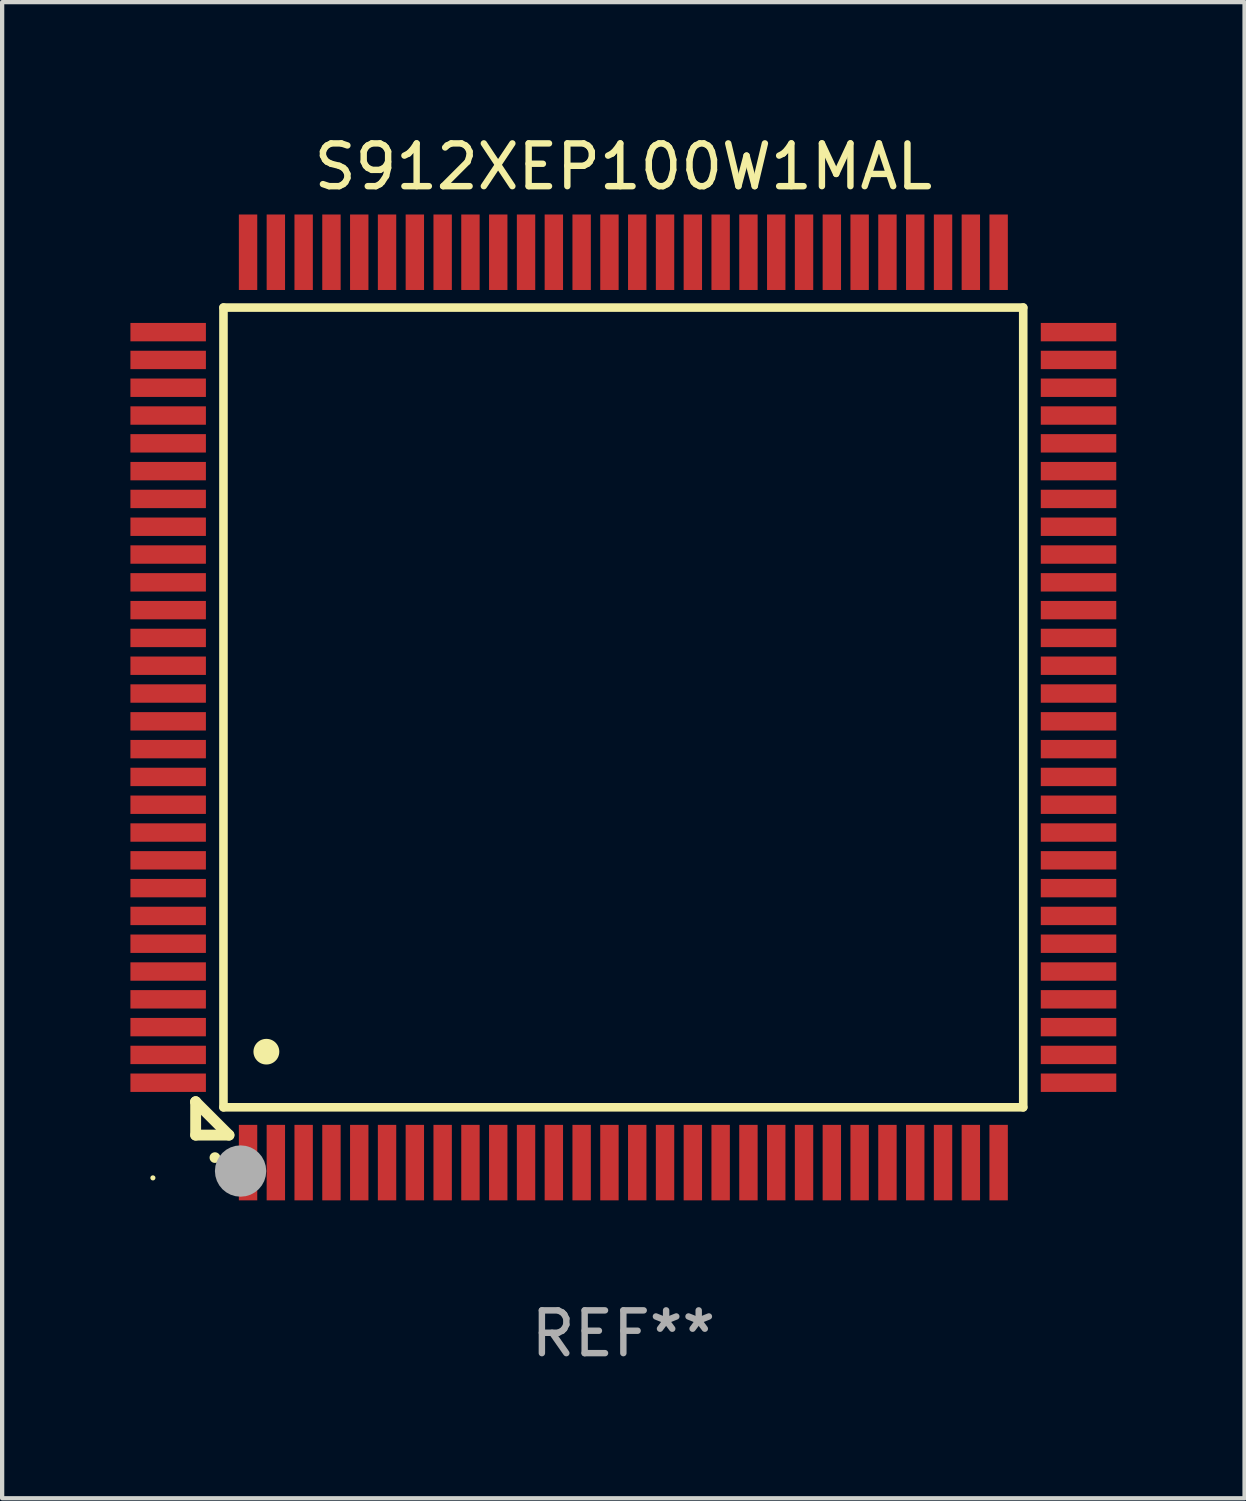
<source format=kicad_pcb>
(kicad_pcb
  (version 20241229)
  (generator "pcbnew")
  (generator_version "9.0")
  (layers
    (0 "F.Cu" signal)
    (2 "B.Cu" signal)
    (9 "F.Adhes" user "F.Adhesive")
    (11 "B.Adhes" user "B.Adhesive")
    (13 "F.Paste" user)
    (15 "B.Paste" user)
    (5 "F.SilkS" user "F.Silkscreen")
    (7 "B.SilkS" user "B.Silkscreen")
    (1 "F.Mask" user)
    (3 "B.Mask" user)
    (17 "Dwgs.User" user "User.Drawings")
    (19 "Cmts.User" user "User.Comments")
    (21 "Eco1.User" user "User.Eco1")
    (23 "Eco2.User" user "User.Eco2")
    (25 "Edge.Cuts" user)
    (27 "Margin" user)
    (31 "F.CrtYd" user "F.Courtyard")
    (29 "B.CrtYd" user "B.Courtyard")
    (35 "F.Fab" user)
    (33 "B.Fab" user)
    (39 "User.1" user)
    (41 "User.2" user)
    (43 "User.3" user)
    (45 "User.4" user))
  (footprint "S912XEP100W1MAL"
    (layer "F.Cu")
    (at 11.525 13.491)
    (property "Reference" "S912XEP100W1MAL" (at 0 -12.643 0) (layer "F.SilkS") (effects (font (size 1 1) (thickness 0.15))))
    (attr through_hole)
    (fp_line (start -10 9.221) (end -10 9.221) (stroke (width 0.254) (type solid)) (layer "F.SilkS"))
    (fp_line (start -10 9.221) (end -10 10) (stroke (width 0.254) (type solid)) (layer "F.SilkS"))
    (fp_line (start -10 9.221) (end -9.221 10) (stroke (width 0.254) (type solid)) (layer "F.SilkS"))
    (fp_line (start -10 10) (end -9.221 10) (stroke (width 0.254) (type solid)) (layer "F.SilkS"))
    (fp_line (start -9.35 -9.35) (end -9.35 9.35) (stroke (width 0.201) (type solid)) (layer "F.SilkS"))
    (fp_line (start -9.35 9.35) (end 9.35 9.35) (stroke (width 0.201) (type solid)) (layer "F.SilkS"))
    (fp_line (start 9.35 -9.35) (end -9.35 -9.35) (stroke (width 0.201) (type solid)) (layer "F.SilkS"))
    (fp_line (start 9.35 9.35) (end 9.35 -9.35) (stroke (width 0.201) (type solid)) (layer "F.SilkS"))
    (fp_arc (start -9.550546 10.525832) (mid -9.549276 10.525826) (end -9.548006 10.525832) (stroke (width 0.24892) (type solid)) (layer "F.SilkS"))
    (fp_arc (start -8.349124 8.049327) (mid -8.346584 8.049316) (end -8.344044 8.049327) (stroke (width 0.599441) (type solid)) (layer "F.SilkS"))
    (fp_circle (center -11 11) (end -10.97 11) (stroke (width 0.06) (type solid)) (fill no) (layer "F.SilkS"))
    (fp_circle (center -8.95 10.84) (end -8.65 10.84) (stroke (width 0.6) (type solid)) (fill no) (layer "F.Fab"))
    (fp_text user "REF**" (at 0 14.643 0) (layer "F.Fab") (effects (font (size 1 1) (thickness 0.15))))
    (pad "1" smd rect (at -8.775 10.643) (size 0.43 1.765) (layers "F.Cu" "F.Mask" "F.Paste"))
    (pad "2" smd rect (at -8.125 10.643) (size 0.43 1.765) (layers "F.Cu" "F.Mask" "F.Paste"))
    (pad "3" smd rect (at -7.475 10.643) (size 0.43 1.765) (layers "F.Cu" "F.Mask" "F.Paste"))
    (pad "4" smd rect (at -6.825 10.643) (size 0.43 1.765) (layers "F.Cu" "F.Mask" "F.Paste"))
    (pad "5" smd rect (at -6.175 10.643) (size 0.43 1.765) (layers "F.Cu" "F.Mask" "F.Paste"))
    (pad "6" smd rect (at -5.525 10.643) (size 0.43 1.765) (layers "F.Cu" "F.Mask" "F.Paste"))
    (pad "7" smd rect (at -4.875 10.643) (size 0.43 1.765) (layers "F.Cu" "F.Mask" "F.Paste"))
    (pad "8" smd rect (at -4.225 10.643) (size 0.43 1.765) (layers "F.Cu" "F.Mask" "F.Paste"))
    (pad "9" smd rect (at -3.575 10.643) (size 0.43 1.765) (layers "F.Cu" "F.Mask" "F.Paste"))
    (pad "10" smd rect (at -2.925 10.643) (size 0.43 1.765) (layers "F.Cu" "F.Mask" "F.Paste"))
    (pad "11" smd rect (at -2.275 10.643) (size 0.43 1.765) (layers "F.Cu" "F.Mask" "F.Paste"))
    (pad "12" smd rect (at -1.625 10.643) (size 0.43 1.765) (layers "F.Cu" "F.Mask" "F.Paste"))
    (pad "13" smd rect (at -0.975 10.643) (size 0.43 1.765) (layers "F.Cu" "F.Mask" "F.Paste"))
    (pad "14" smd rect (at -0.325 10.643) (size 0.43 1.765) (layers "F.Cu" "F.Mask" "F.Paste"))
    (pad "15" smd rect (at 0.325 10.643) (size 0.43 1.765) (layers "F.Cu" "F.Mask" "F.Paste"))
    (pad "16" smd rect (at 0.975 10.643) (size 0.43 1.765) (layers "F.Cu" "F.Mask" "F.Paste"))
    (pad "17" smd rect (at 1.625 10.643) (size 0.43 1.765) (layers "F.Cu" "F.Mask" "F.Paste"))
    (pad "18" smd rect (at 2.275 10.643) (size 0.43 1.765) (layers "F.Cu" "F.Mask" "F.Paste"))
    (pad "19" smd rect (at 2.925 10.643) (size 0.43 1.765) (layers "F.Cu" "F.Mask" "F.Paste"))
    (pad "20" smd rect (at 3.575 10.643) (size 0.43 1.765) (layers "F.Cu" "F.Mask" "F.Paste"))
    (pad "21" smd rect (at 4.225 10.643) (size 0.43 1.765) (layers "F.Cu" "F.Mask" "F.Paste"))
    (pad "22" smd rect (at 4.875 10.643) (size 0.43 1.765) (layers "F.Cu" "F.Mask" "F.Paste"))
    (pad "23" smd rect (at 5.525 10.643) (size 0.43 1.765) (layers "F.Cu" "F.Mask" "F.Paste"))
    (pad "24" smd rect (at 6.175 10.643) (size 0.43 1.765) (layers "F.Cu" "F.Mask" "F.Paste"))
    (pad "25" smd rect (at 6.825 10.643) (size 0.43 1.765) (layers "F.Cu" "F.Mask" "F.Paste"))
    (pad "26" smd rect (at 7.475 10.643) (size 0.43 1.765) (layers "F.Cu" "F.Mask" "F.Paste"))
    (pad "27" smd rect (at 8.125 10.643) (size 0.43 1.765) (layers "F.Cu" "F.Mask" "F.Paste"))
    (pad "28" smd rect (at 8.775 10.643) (size 0.43 1.765) (layers "F.Cu" "F.Mask" "F.Paste"))
    (pad "29" smd rect (at 10.643 8.775) (size 1.765 0.43) (layers "F.Cu" "F.Mask" "F.Paste"))
    (pad "30" smd rect (at 10.643 8.125) (size 1.765 0.43) (layers "F.Cu" "F.Mask" "F.Paste"))
    (pad "31" smd rect (at 10.643 7.475) (size 1.765 0.43) (layers "F.Cu" "F.Mask" "F.Paste"))
    (pad "32" smd rect (at 10.643 6.825) (size 1.765 0.43) (layers "F.Cu" "F.Mask" "F.Paste"))
    (pad "33" smd rect (at 10.643 6.175) (size 1.765 0.43) (layers "F.Cu" "F.Mask" "F.Paste"))
    (pad "34" smd rect (at 10.643 5.525) (size 1.765 0.43) (layers "F.Cu" "F.Mask" "F.Paste"))
    (pad "35" smd rect (at 10.643 4.875) (size 1.765 0.43) (layers "F.Cu" "F.Mask" "F.Paste"))
    (pad "36" smd rect (at 10.643 4.225) (size 1.765 0.43) (layers "F.Cu" "F.Mask" "F.Paste"))
    (pad "37" smd rect (at 10.643 3.575) (size 1.765 0.43) (layers "F.Cu" "F.Mask" "F.Paste"))
    (pad "38" smd rect (at 10.643 2.925) (size 1.765 0.43) (layers "F.Cu" "F.Mask" "F.Paste"))
    (pad "39" smd rect (at 10.643 2.275) (size 1.765 0.43) (layers "F.Cu" "F.Mask" "F.Paste"))
    (pad "40" smd rect (at 10.643 1.625) (size 1.765 0.43) (layers "F.Cu" "F.Mask" "F.Paste"))
    (pad "41" smd rect (at 10.643 0.975) (size 1.765 0.43) (layers "F.Cu" "F.Mask" "F.Paste"))
    (pad "42" smd rect (at 10.643 0.325) (size 1.765 0.43) (layers "F.Cu" "F.Mask" "F.Paste"))
    (pad "43" smd rect (at 10.643 -0.325) (size 1.765 0.43) (layers "F.Cu" "F.Mask" "F.Paste"))
    (pad "44" smd rect (at 10.643 -0.975) (size 1.765 0.43) (layers "F.Cu" "F.Mask" "F.Paste"))
    (pad "45" smd rect (at 10.643 -1.625) (size 1.765 0.43) (layers "F.Cu" "F.Mask" "F.Paste"))
    (pad "46" smd rect (at 10.643 -2.275) (size 1.765 0.43) (layers "F.Cu" "F.Mask" "F.Paste"))
    (pad "47" smd rect (at 10.643 -2.925) (size 1.765 0.43) (layers "F.Cu" "F.Mask" "F.Paste"))
    (pad "48" smd rect (at 10.643 -3.575) (size 1.765 0.43) (layers "F.Cu" "F.Mask" "F.Paste"))
    (pad "49" smd rect (at 10.643 -4.225) (size 1.765 0.43) (layers "F.Cu" "F.Mask" "F.Paste"))
    (pad "50" smd rect (at 10.643 -4.875) (size 1.765 0.43) (layers "F.Cu" "F.Mask" "F.Paste"))
    (pad "51" smd rect (at 10.643 -5.525) (size 1.765 0.43) (layers "F.Cu" "F.Mask" "F.Paste"))
    (pad "52" smd rect (at 10.643 -6.175) (size 1.765 0.43) (layers "F.Cu" "F.Mask" "F.Paste"))
    (pad "53" smd rect (at 10.643 -6.825) (size 1.765 0.43) (layers "F.Cu" "F.Mask" "F.Paste"))
    (pad "54" smd rect (at 10.643 -7.475) (size 1.765 0.43) (layers "F.Cu" "F.Mask" "F.Paste"))
    (pad "55" smd rect (at 10.643 -8.125) (size 1.765 0.43) (layers "F.Cu" "F.Mask" "F.Paste"))
    (pad "56" smd rect (at 10.643 -8.775) (size 1.765 0.43) (layers "F.Cu" "F.Mask" "F.Paste"))
    (pad "57" smd rect (at 8.775 -10.643) (size 0.43 1.765) (layers "F.Cu" "F.Mask" "F.Paste"))
    (pad "58" smd rect (at 8.125 -10.643) (size 0.43 1.765) (layers "F.Cu" "F.Mask" "F.Paste"))
    (pad "59" smd rect (at 7.475 -10.643) (size 0.43 1.765) (layers "F.Cu" "F.Mask" "F.Paste"))
    (pad "60" smd rect (at 6.825 -10.643) (size 0.43 1.765) (layers "F.Cu" "F.Mask" "F.Paste"))
    (pad "61" smd rect (at 6.175 -10.643) (size 0.43 1.765) (layers "F.Cu" "F.Mask" "F.Paste"))
    (pad "62" smd rect (at 5.525 -10.643) (size 0.43 1.765) (layers "F.Cu" "F.Mask" "F.Paste"))
    (pad "63" smd rect (at 4.875 -10.643) (size 0.43 1.765) (layers "F.Cu" "F.Mask" "F.Paste"))
    (pad "64" smd rect (at 4.225 -10.643) (size 0.43 1.765) (layers "F.Cu" "F.Mask" "F.Paste"))
    (pad "65" smd rect (at 3.575 -10.643) (size 0.43 1.765) (layers "F.Cu" "F.Mask" "F.Paste"))
    (pad "66" smd rect (at 2.925 -10.643) (size 0.43 1.765) (layers "F.Cu" "F.Mask" "F.Paste"))
    (pad "67" smd rect (at 2.275 -10.643) (size 0.43 1.765) (layers "F.Cu" "F.Mask" "F.Paste"))
    (pad "68" smd rect (at 1.625 -10.643) (size 0.43 1.765) (layers "F.Cu" "F.Mask" "F.Paste"))
    (pad "69" smd rect (at 0.975 -10.643) (size 0.43 1.765) (layers "F.Cu" "F.Mask" "F.Paste"))
    (pad "70" smd rect (at 0.325 -10.643) (size 0.43 1.765) (layers "F.Cu" "F.Mask" "F.Paste"))
    (pad "71" smd rect (at -0.325 -10.643) (size 0.43 1.765) (layers "F.Cu" "F.Mask" "F.Paste"))
    (pad "72" smd rect (at -0.975 -10.643) (size 0.43 1.765) (layers "F.Cu" "F.Mask" "F.Paste"))
    (pad "73" smd rect (at -1.625 -10.643) (size 0.43 1.765) (layers "F.Cu" "F.Mask" "F.Paste"))
    (pad "74" smd rect (at -2.275 -10.643) (size 0.43 1.765) (layers "F.Cu" "F.Mask" "F.Paste"))
    (pad "75" smd rect (at -2.925 -10.643) (size 0.43 1.765) (layers "F.Cu" "F.Mask" "F.Paste"))
    (pad "76" smd rect (at -3.575 -10.643) (size 0.43 1.765) (layers "F.Cu" "F.Mask" "F.Paste"))
    (pad "77" smd rect (at -4.225 -10.643) (size 0.43 1.765) (layers "F.Cu" "F.Mask" "F.Paste"))
    (pad "78" smd rect (at -4.875 -10.643) (size 0.43 1.765) (layers "F.Cu" "F.Mask" "F.Paste"))
    (pad "79" smd rect (at -5.525 -10.643) (size 0.43 1.765) (layers "F.Cu" "F.Mask" "F.Paste"))
    (pad "80" smd rect (at -6.175 -10.643) (size 0.43 1.765) (layers "F.Cu" "F.Mask" "F.Paste"))
    (pad "81" smd rect (at -6.825 -10.643) (size 0.43 1.765) (layers "F.Cu" "F.Mask" "F.Paste"))
    (pad "82" smd rect (at -7.475 -10.643) (size 0.43 1.765) (layers "F.Cu" "F.Mask" "F.Paste"))
    (pad "83" smd rect (at -8.125 -10.643) (size 0.43 1.765) (layers "F.Cu" "F.Mask" "F.Paste"))
    (pad "84" smd rect (at -8.775 -10.643) (size 0.43 1.765) (layers "F.Cu" "F.Mask" "F.Paste"))
    (pad "85" smd rect (at -10.643 -8.775) (size 1.765 0.43) (layers "F.Cu" "F.Mask" "F.Paste"))
    (pad "86" smd rect (at -10.643 -8.125) (size 1.765 0.43) (layers "F.Cu" "F.Mask" "F.Paste"))
    (pad "87" smd rect (at -10.643 -7.475) (size 1.765 0.43) (layers "F.Cu" "F.Mask" "F.Paste"))
    (pad "88" smd rect (at -10.643 -6.825) (size 1.765 0.43) (layers "F.Cu" "F.Mask" "F.Paste"))
    (pad "89" smd rect (at -10.643 -6.175) (size 1.765 0.43) (layers "F.Cu" "F.Mask" "F.Paste"))
    (pad "90" smd rect (at -10.643 -5.525) (size 1.765 0.43) (layers "F.Cu" "F.Mask" "F.Paste"))
    (pad "91" smd rect (at -10.643 -4.875) (size 1.765 0.43) (layers "F.Cu" "F.Mask" "F.Paste"))
    (pad "92" smd rect (at -10.643 -4.225) (size 1.765 0.43) (layers "F.Cu" "F.Mask" "F.Paste"))
    (pad "93" smd rect (at -10.643 -3.575) (size 1.765 0.43) (layers "F.Cu" "F.Mask" "F.Paste"))
    (pad "94" smd rect (at -10.643 -2.925) (size 1.765 0.43) (layers "F.Cu" "F.Mask" "F.Paste"))
    (pad "95" smd rect (at -10.643 -2.275) (size 1.765 0.43) (layers "F.Cu" "F.Mask" "F.Paste"))
    (pad "96" smd rect (at -10.643 -1.625) (size 1.765 0.43) (layers "F.Cu" "F.Mask" "F.Paste"))
    (pad "97" smd rect (at -10.643 -0.975) (size 1.765 0.43) (layers "F.Cu" "F.Mask" "F.Paste"))
    (pad "98" smd rect (at -10.643 -0.325) (size 1.765 0.43) (layers "F.Cu" "F.Mask" "F.Paste"))
    (pad "99" smd rect (at -10.643 0.325) (size 1.765 0.43) (layers "F.Cu" "F.Mask" "F.Paste"))
    (pad "100" smd rect (at -10.643 0.975) (size 1.765 0.43) (layers "F.Cu" "F.Mask" "F.Paste"))
    (pad "101" smd rect (at -10.643 1.625) (size 1.765 0.43) (layers "F.Cu" "F.Mask" "F.Paste"))
    (pad "102" smd rect (at -10.643 2.275) (size 1.765 0.43) (layers "F.Cu" "F.Mask" "F.Paste"))
    (pad "103" smd rect (at -10.643 2.925) (size 1.765 0.43) (layers "F.Cu" "F.Mask" "F.Paste"))
    (pad "104" smd rect (at -10.643 3.575) (size 1.765 0.43) (layers "F.Cu" "F.Mask" "F.Paste"))
    (pad "105" smd rect (at -10.643 4.225) (size 1.765 0.43) (layers "F.Cu" "F.Mask" "F.Paste"))
    (pad "106" smd rect (at -10.643 4.875) (size 1.765 0.43) (layers "F.Cu" "F.Mask" "F.Paste"))
    (pad "107" smd rect (at -10.643 5.525) (size 1.765 0.43) (layers "F.Cu" "F.Mask" "F.Paste"))
    (pad "108" smd rect (at -10.643 6.175) (size 1.765 0.43) (layers "F.Cu" "F.Mask" "F.Paste"))
    (pad "109" smd rect (at -10.643 6.825) (size 1.765 0.43) (layers "F.Cu" "F.Mask" "F.Paste"))
    (pad "110" smd rect (at -10.643 7.475) (size 1.765 0.43) (layers "F.Cu" "F.Mask" "F.Paste"))
    (pad "111" smd rect (at -10.643 8.125) (size 1.765 0.43) (layers "F.Cu" "F.Mask" "F.Paste"))
    (pad "112" smd rect (at -10.643 8.775) (size 1.765 0.43) (layers "F.Cu" "F.Mask" "F.Paste")))
  (gr_rect
    (start -3 -3)
    (end 26.05 31.982)
    (stroke (width 0.1) (type default))
    (fill no)
    (layer "Edge.Cuts")))
</source>
